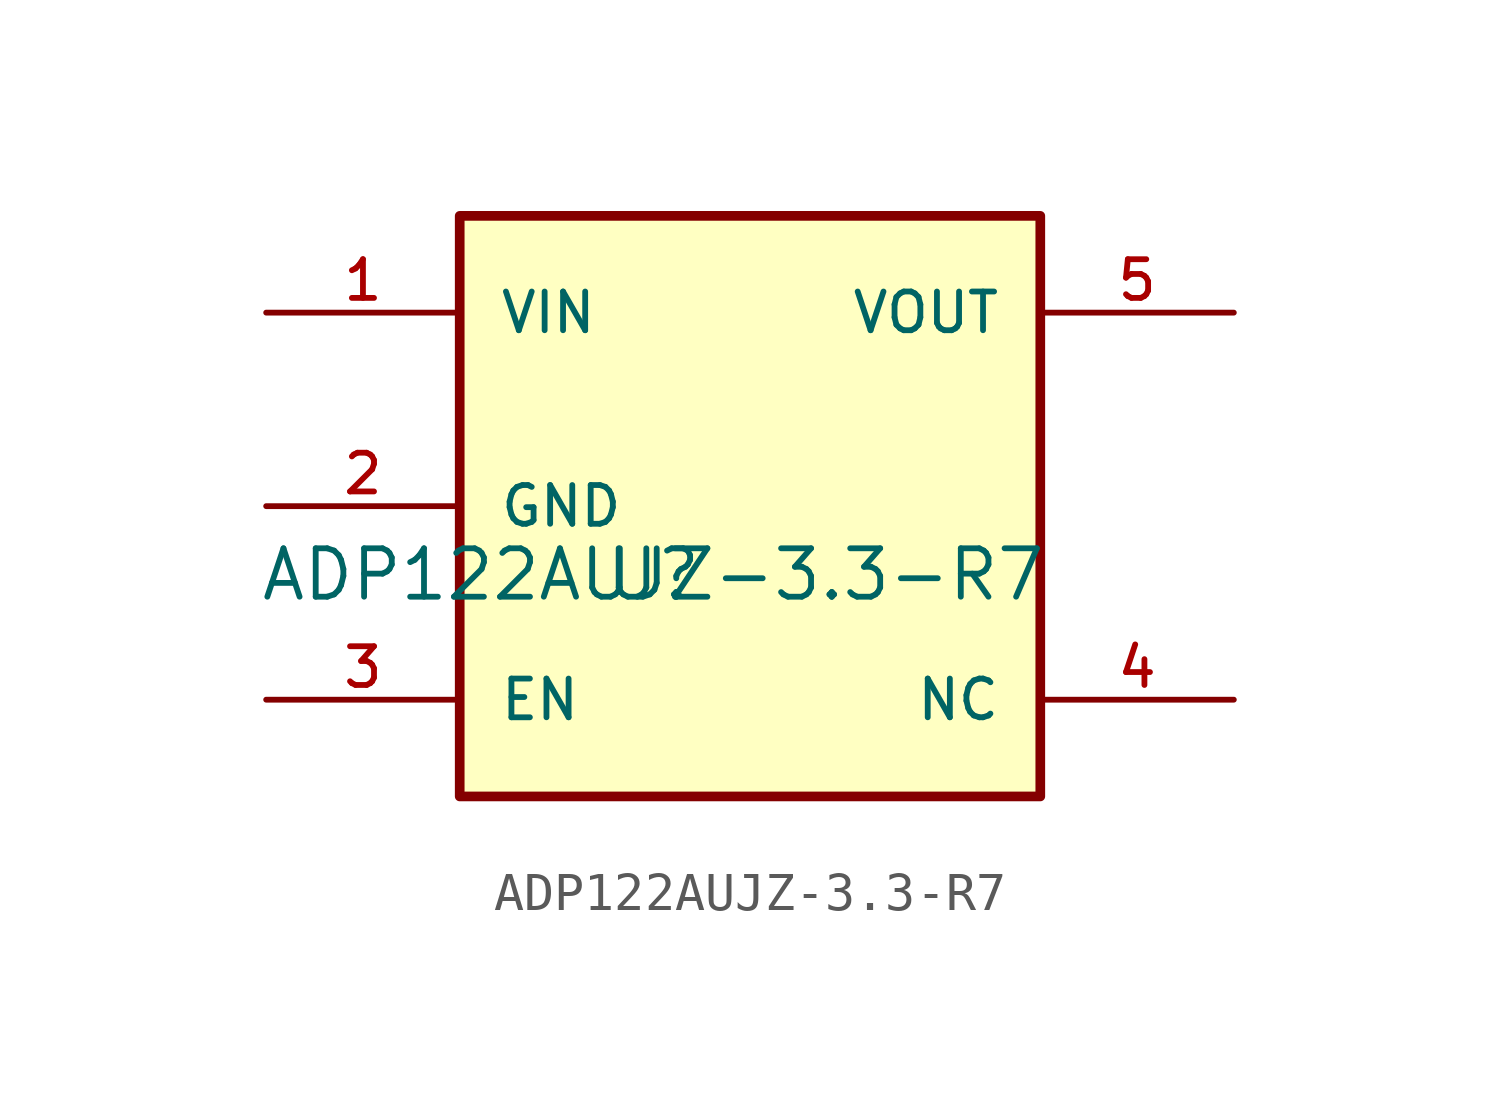
<source format=kicad_sym>
(kicad_symbol_lib
  (version 20211014)
  (generator kicad_symbol_editor)
  (symbol "ADP122AUJZ-3.3-R7"
    (pin_names
      (offset 1.016))
    (property "Reference" "U"
      (at 0 0 0)
      (effects (font (size 1.27 1.27)) (justify bottom)))
    (property "Value" "ADP122AUJZ-3.3-R7"
      (at 0 0.0 0)
      (effects (font (size 1.27 1.27)) (justify bottom)))
    (symbol "ADP122AUJZ-3.3-R7_0_0"
      (rectangle (start -5.08 -5.08) (end 10.16 10.16) (stroke (width 0.254)) (fill (type background)))
      (pin bidirectional line (at -10.16 7.62 0) (length 5.08) (name "VIN" (effects (font (size 1.016 1.016)))) (number "1" (effects (font (size 1.016 1.016)))))
      (pin bidirectional line (at -10.16 2.54 0) (length 5.08) (name "GND" (effects (font (size 1.016 1.016)))) (number "2" (effects (font (size 1.016 1.016)))))
      (pin bidirectional line (at -10.16 -2.54 0) (length 5.08) (name "EN" (effects (font (size 1.016 1.016)))) (number "3" (effects (font (size 1.016 1.016)))))
      (pin bidirectional line (at 15.24 -2.54 180.0) (length 5.08) (name "NC" (effects (font (size 1.016 1.016)))) (number "4" (effects (font (size 1.016 1.016)))))
      (pin bidirectional line (at 15.24 7.62 180.0) (length 5.08) (name "VOUT" (effects (font (size 1.016 1.016)))) (number "5" (effects (font (size 1.016 1.016))))))))
</source>
